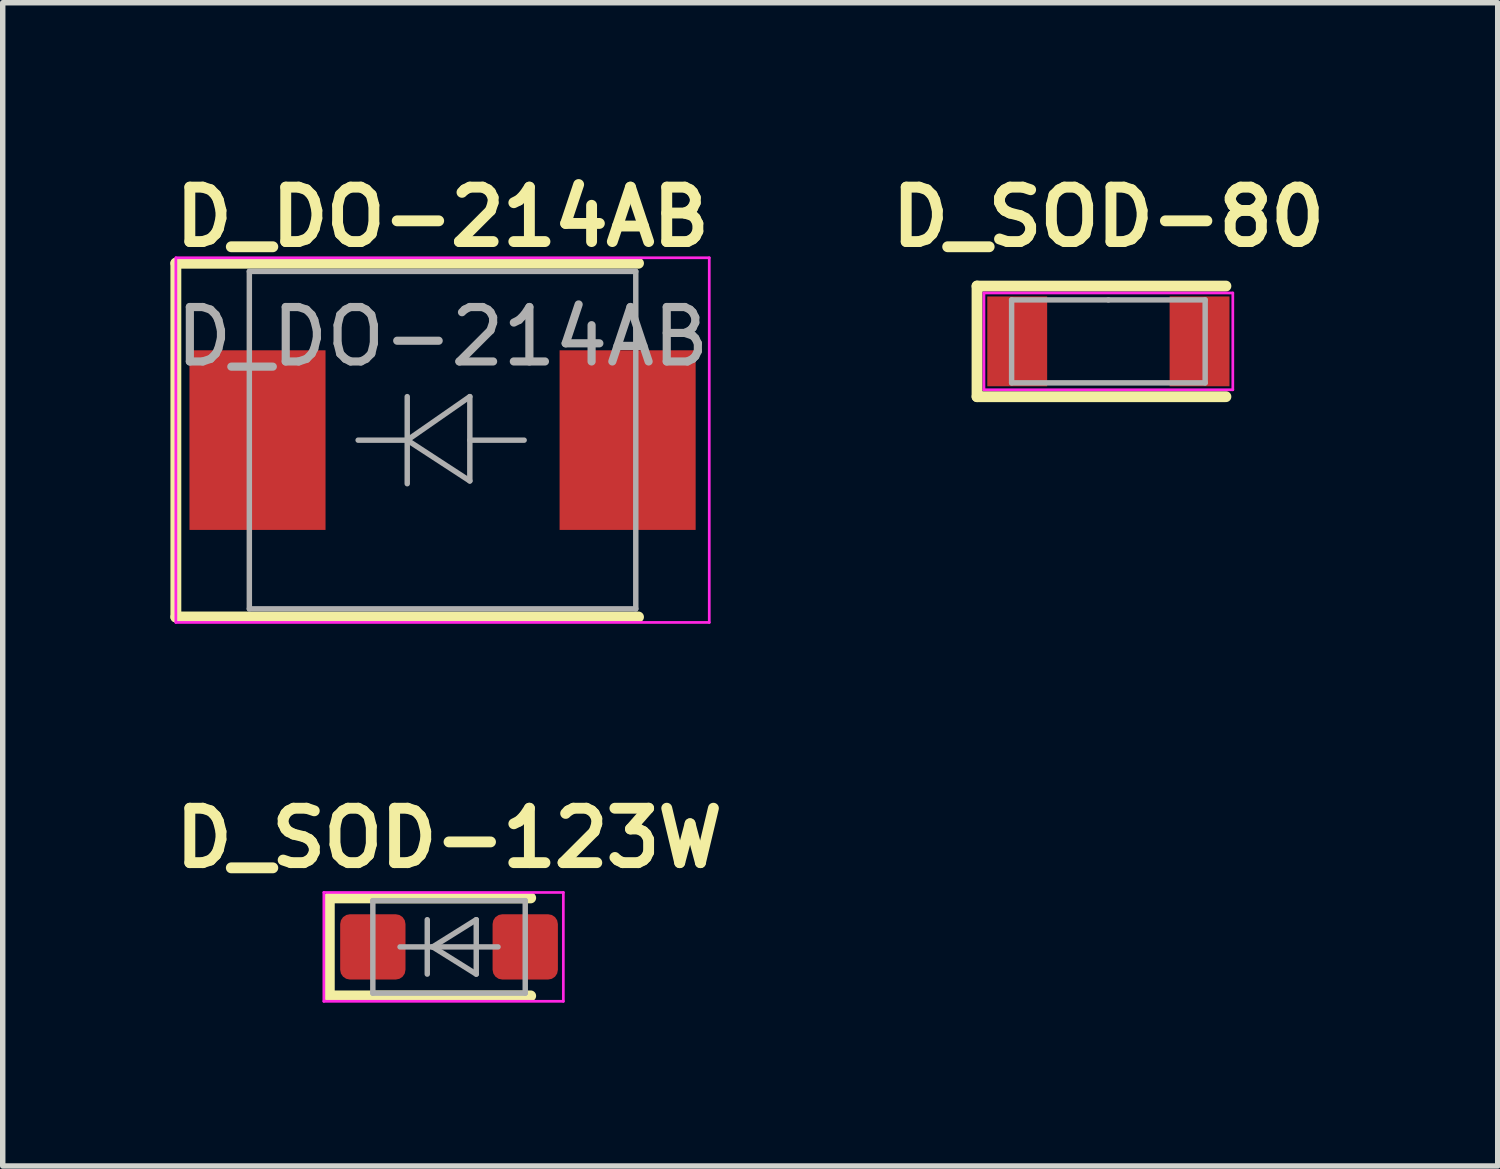
<source format=kicad_pcb>
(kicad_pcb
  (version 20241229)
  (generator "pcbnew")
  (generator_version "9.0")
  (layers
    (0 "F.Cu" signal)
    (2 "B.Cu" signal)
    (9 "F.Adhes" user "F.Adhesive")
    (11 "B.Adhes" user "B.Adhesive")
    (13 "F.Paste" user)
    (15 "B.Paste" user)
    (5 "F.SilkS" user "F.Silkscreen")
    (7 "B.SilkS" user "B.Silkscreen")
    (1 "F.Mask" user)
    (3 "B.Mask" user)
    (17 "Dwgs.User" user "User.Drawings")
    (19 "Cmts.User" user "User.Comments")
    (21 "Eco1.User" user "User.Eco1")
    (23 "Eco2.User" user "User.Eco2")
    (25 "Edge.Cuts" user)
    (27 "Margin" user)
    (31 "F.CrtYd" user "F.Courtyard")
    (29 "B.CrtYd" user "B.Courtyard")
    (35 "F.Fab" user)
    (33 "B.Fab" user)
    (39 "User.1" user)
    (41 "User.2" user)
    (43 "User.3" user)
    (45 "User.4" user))
  (footprint "D_DO-214AB"
    (layer "F.Cu")
    (at 5.081 5.036)
    (property "Reference" "D_DO-214AB" (at 0 -4.1 0) (layer "F.SilkS") (effects (font (size 1 1) (thickness 0.2))))
    (attr smd)
    (fp_line (start -4.9 -3.25) (end 3.6 -3.25) (stroke (width 0.2) (type solid)) (layer "F.SilkS"))
    (fp_line (start -4.9 3.25) (end -4.9 -3.25) (stroke (width 0.2) (type solid)) (layer "F.SilkS"))
    (fp_line (start -4.9 3.25) (end 3.6 3.25) (stroke (width 0.2) (type solid)) (layer "F.SilkS"))
    (fp_line (start -4.9 -3.35) (end 4.9 -3.35) (stroke (width 0.05) (type solid)) (layer "F.CrtYd"))
    (fp_line (start -4.9 3.35) (end -4.9 -3.35) (stroke (width 0.05) (type solid)) (layer "F.CrtYd"))
    (fp_line (start 4.9 -3.35) (end 4.9 3.35) (stroke (width 0.05) (type solid)) (layer "F.CrtYd"))
    (fp_line (start 4.9 3.35) (end -4.9 3.35) (stroke (width 0.05) (type solid)) (layer "F.CrtYd"))
    (fp_line (start -3.55 3.1) (end -3.55 -3.1) (stroke (width 0.1) (type solid)) (layer "F.Fab"))
    (fp_line (start -0.649 -0.799) (end -0.649 0.801) (stroke (width 0.1) (type solid)) (layer "F.Fab"))
    (fp_line (start -0.649 0.001) (end -1.551 0.001) (stroke (width 0.1) (type solid)) (layer "F.Fab"))
    (fp_line (start -0.649 0.001) (end 0.501 -0.799) (stroke (width 0.1) (type solid)) (layer "F.Fab"))
    (fp_line (start -0.649 0.001) (end 0.501 0.75) (stroke (width 0.1) (type solid)) (layer "F.Fab"))
    (fp_line (start 0.501 0.001) (end 1.499 0.001) (stroke (width 0.1) (type solid)) (layer "F.Fab"))
    (fp_line (start 0.501 0.75) (end 0.501 -0.799) (stroke (width 0.1) (type solid)) (layer "F.Fab"))
    (fp_line (start 3.55 -3.1) (end -3.55 -3.1) (stroke (width 0.1) (type solid)) (layer "F.Fab"))
    (fp_line (start 3.55 -3.1) (end 3.55 3.1) (stroke (width 0.1) (type solid)) (layer "F.Fab"))
    (fp_line (start 3.55 3.1) (end -3.55 3.1) (stroke (width 0.1) (type solid)) (layer "F.Fab"))
    (fp_text user "${REFERENCE}" (at 0 -1.9 0) (layer "F.Fab") (effects (font (size 1 1) (thickness 0.15))))
    (pad "1" smd rect (at -3.4 0 90) (size 3.3 2.5) (layers "F.Cu" "F.Mask" "F.Paste"))
    (pad "2" smd rect (at 3.4 0 90) (size 3.3 2.5) (layers "F.Cu" "F.Mask" "F.Paste")))
  (footprint "D_SOD-80"
    (layer "F.Cu")
    (at 17.314 3.222)
    (property "Reference" "D_SOD-80" (at 0 -2.286 0) (layer "F.SilkS") (effects (font (size 1 1) (thickness 0.2))))
    (attr through_hole)
    (fp_line (start -2.413 -1.016) (end -2.413 1.016) (stroke (width 0.2) (type solid)) (layer "F.SilkS"))
    (fp_line (start -2.413 1.016) (end 2.159 1.016) (stroke (width 0.2) (type solid)) (layer "F.SilkS"))
    (fp_line (start 2.159 -1.016) (end -2.413 -1.016) (stroke (width 0.2) (type solid)) (layer "F.SilkS"))
    (fp_line (start -2.286 -0.889) (end 2.286 -0.889) (stroke (width 0.05) (type solid)) (layer "F.CrtYd"))
    (fp_line (start -2.286 0.889) (end -2.286 -0.889) (stroke (width 0.05) (type solid)) (layer "F.CrtYd"))
    (fp_line (start 2.286 -0.889) (end 2.286 0.889) (stroke (width 0.05) (type solid)) (layer "F.CrtYd"))
    (fp_line (start 2.286 0.889) (end -2.286 0.889) (stroke (width 0.05) (type solid)) (layer "F.CrtYd"))
    (fp_line (start -1.778 -0.762) (end 0 -0.762) (stroke (width 0.1) (type solid)) (layer "F.Fab"))
    (fp_line (start -1.778 0.762) (end -1.778 -0.762) (stroke (width 0.1) (type solid)) (layer "F.Fab"))
    (fp_line (start 0 -0.762) (end 1.778 -0.762) (stroke (width 0.1) (type solid)) (layer "F.Fab"))
    (fp_line (start 1.778 -0.762) (end 1.778 0.762) (stroke (width 0.1) (type solid)) (layer "F.Fab"))
    (fp_line (start 1.778 0.762) (end -1.778 0.762) (stroke (width 0.1) (type solid)) (layer "F.Fab"))
    (pad "1" smd rect (at -1.675 0) (size 1.1 1.65) (layers "F.Cu" "F.Mask" "F.Paste"))
    (pad "2" smd rect (at 1.675 0) (size 1.1 1.65) (layers "F.Cu" "F.Mask" "F.Paste")))
  (footprint "D_SOD-123W"
    (layer "F.Cu")
    (at 5.2 14.347)
    (property "Reference" "D_SOD-123W" (at 0 -2 0) (layer "F.SilkS") (effects (font (size 1 1) (thickness 0.2))))
    (attr through_hole)
    (fp_line (start -2.2 -0.9) (end -2.2 0.9) (stroke (width 0.2) (type solid)) (layer "F.SilkS"))
    (fp_line (start -2.2 0.9) (end 1.5 0.9) (stroke (width 0.2) (type solid)) (layer "F.SilkS"))
    (fp_line (start 1.5 -0.9) (end -2.2 -0.9) (stroke (width 0.2) (type solid)) (layer "F.SilkS"))
    (fp_line (start -2.3 -1) (end 2.1 -1) (stroke (width 0.05) (type solid)) (layer "F.CrtYd"))
    (fp_line (start -2.3 1) (end -2.3 -1) (stroke (width 0.05) (type solid)) (layer "F.CrtYd"))
    (fp_line (start 2.1 -1) (end 2.1 1) (stroke (width 0.05) (type solid)) (layer "F.CrtYd"))
    (fp_line (start 2.1 1) (end -2.3 1) (stroke (width 0.05) (type solid)) (layer "F.CrtYd"))
    (fp_line (start -1.4 -0.85) (end 1.4 -0.85) (stroke (width 0.1) (type solid)) (layer "F.Fab"))
    (fp_line (start -1.4 0.85) (end -1.4 -0.85) (stroke (width 0.1) (type solid)) (layer "F.Fab"))
    (fp_line (start -0.9 0) (end 0.9 0) (stroke (width 0.1) (type solid)) (layer "F.Fab"))
    (fp_line (start -0.4 -0.5) (end -0.4 0.5) (stroke (width 0.1) (type solid)) (layer "F.Fab"))
    (fp_line (start -0.3 0) (end 0.5 -0.5) (stroke (width 0.1) (type solid)) (layer "F.Fab"))
    (fp_line (start 0.5 -0.5) (end 0.5 0.5) (stroke (width 0.1) (type solid)) (layer "F.Fab"))
    (fp_line (start 0.5 0.5) (end -0.3 0) (stroke (width 0.1) (type solid)) (layer "F.Fab"))
    (fp_line (start 1.4 -0.85) (end 1.4 0.85) (stroke (width 0.1) (type solid)) (layer "F.Fab"))
    (fp_line (start 1.4 0.85) (end -1.4 0.85) (stroke (width 0.1) (type solid)) (layer "F.Fab"))
    (pad "1" smd roundrect (at -1.4 0) (size 1.2 1.2) (layers "F.Cu" "F.Mask" "F.Paste") (roundrect_rratio 0.15))
    (pad "2" smd roundrect (at 1.4 0) (size 1.2 1.2) (layers "F.Cu" "F.Mask" "F.Paste") (roundrect_rratio 0.15)))
  (gr_rect
    (start -3 -3)
    (end 24.467 18.372)
    (stroke (width 0.1) (type default))
    (fill no)
    (layer "Edge.Cuts")))
</source>
